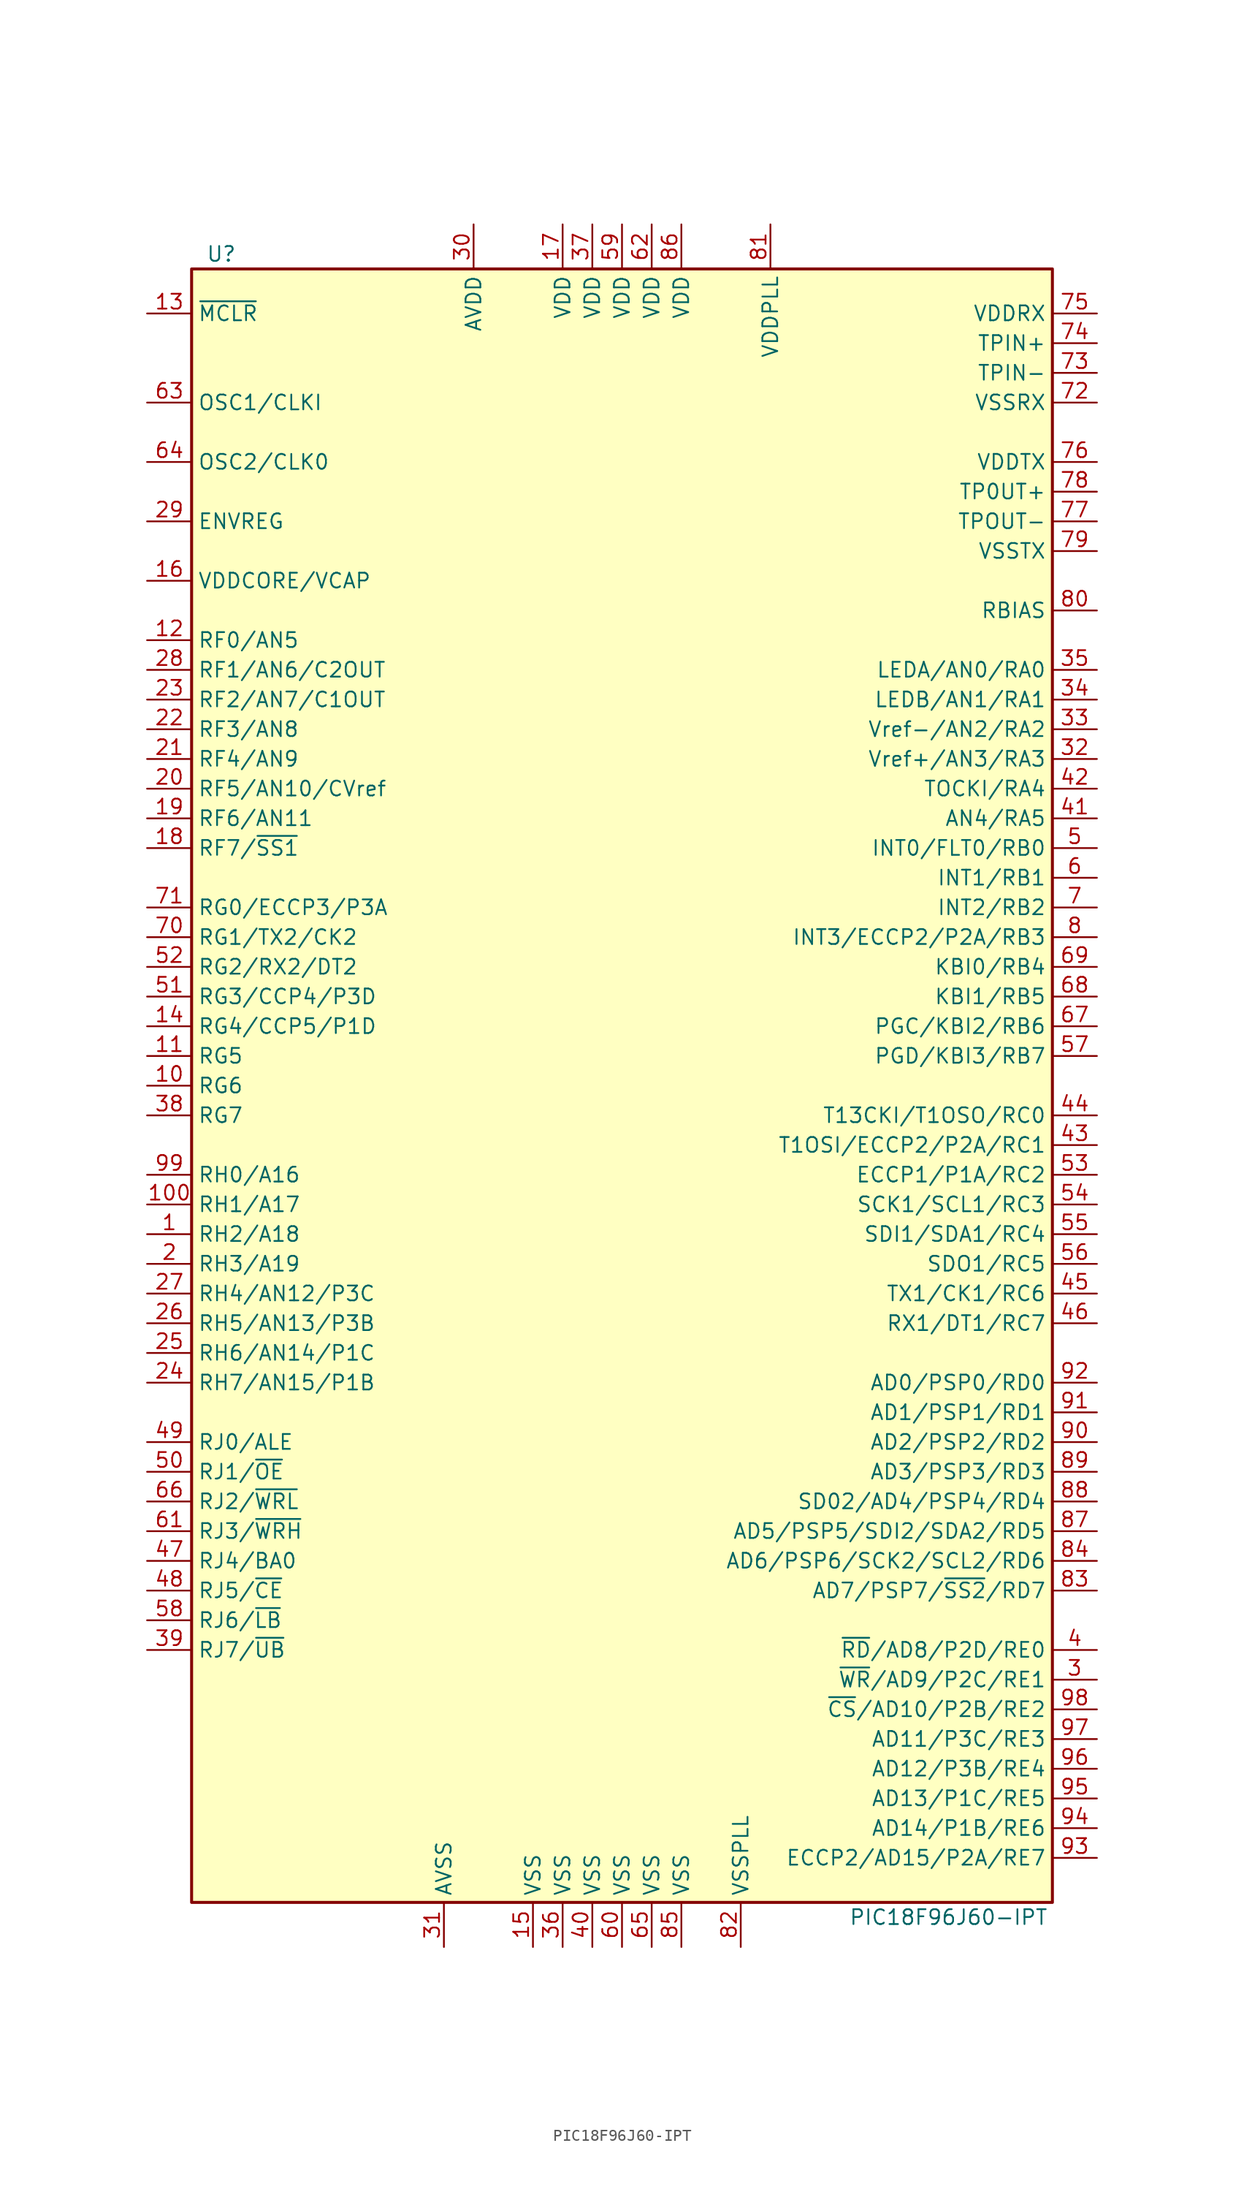
<source format=kicad_sym>
(kicad_symbol_lib
  (version 20241209)
  (generator "kicad_symbol_editor")
  (generator_version "9.0")
  (symbol "PIC18F96J60-IPT"
    (property "Reference" "U"
      (at -34.29 71.12 0)
      (effects (font (size 1.27 1.27))))
    (property "Value" "PIC18F96J60-IPT"
      (at 27.94 -71.12 0)
      (effects (font (size 1.27 1.27))))
    (symbol "PIC18F96J60-IPT_0_1"
      (rectangle (start -36.83 69.85) (end 36.83 -69.85) (stroke (width 0.254) (type default)) (fill (type background))))
    (symbol "PIC18F96J60-IPT_1_1"
      (pin input line (at -40.64 66.04 0) (length 3.81) (name "~{MCLR}" (effects (font (size 1.27 1.27)))) (number "13" (effects (font (size 1.27 1.27)))))
      (pin input line (at -40.64 58.42 0) (length 3.81) (name "OSC1/CLKI" (effects (font (size 1.27 1.27)))) (number "63" (effects (font (size 1.27 1.27)))))
      (pin output line (at -40.64 53.34 0) (length 3.81) (name "OSC2/CLK0" (effects (font (size 1.27 1.27)))) (number "64" (effects (font (size 1.27 1.27)))))
      (pin passive line (at -40.64 48.26 0) (length 3.81) (name "ENVREG" (effects (font (size 1.27 1.27)))) (number "29" (effects (font (size 1.27 1.27)))))
      (pin passive line (at -40.64 43.18 0) (length 3.81) (name "VDDCORE/VCAP" (effects (font (size 1.27 1.27)))) (number "16" (effects (font (size 1.27 1.27)))))
      (pin bidirectional line (at -40.64 38.1 0) (length 3.81) (name "RF0/AN5" (effects (font (size 1.27 1.27)))) (number "12" (effects (font (size 1.27 1.27)))))
      (pin bidirectional line (at -40.64 35.56 0) (length 3.81) (name "RF1/AN6/C2OUT" (effects (font (size 1.27 1.27)))) (number "28" (effects (font (size 1.27 1.27)))))
      (pin bidirectional line (at -40.64 33.02 0) (length 3.81) (name "RF2/AN7/C1OUT" (effects (font (size 1.27 1.27)))) (number "23" (effects (font (size 1.27 1.27)))))
      (pin bidirectional line (at -40.64 30.48 0) (length 3.81) (name "RF3/AN8" (effects (font (size 1.27 1.27)))) (number "22" (effects (font (size 1.27 1.27)))))
      (pin bidirectional line (at -40.64 27.94 0) (length 3.81) (name "RF4/AN9" (effects (font (size 1.27 1.27)))) (number "21" (effects (font (size 1.27 1.27)))))
      (pin bidirectional line (at -40.64 25.4 0) (length 3.81) (name "RF5/AN10/CVref" (effects (font (size 1.27 1.27)))) (number "20" (effects (font (size 1.27 1.27)))))
      (pin bidirectional line (at -40.64 22.86 0) (length 3.81) (name "RF6/AN11" (effects (font (size 1.27 1.27)))) (number "19" (effects (font (size 1.27 1.27)))))
      (pin bidirectional line (at -40.64 20.32 0) (length 3.81) (name "RF7/~{SS1}" (effects (font (size 1.27 1.27)))) (number "18" (effects (font (size 1.27 1.27)))))
      (pin bidirectional line (at -40.64 15.24 0) (length 3.81) (name "RG0/ECCP3/P3A" (effects (font (size 1.27 1.27)))) (number "71" (effects (font (size 1.27 1.27)))))
      (pin bidirectional line (at -40.64 12.7 0) (length 3.81) (name "RG1/TX2/CK2" (effects (font (size 1.27 1.27)))) (number "70" (effects (font (size 1.27 1.27)))))
      (pin bidirectional line (at -40.64 10.16 0) (length 3.81) (name "RG2/RX2/DT2" (effects (font (size 1.27 1.27)))) (number "52" (effects (font (size 1.27 1.27)))))
      (pin bidirectional line (at -40.64 7.62 0) (length 3.81) (name "RG3/CCP4/P3D" (effects (font (size 1.27 1.27)))) (number "51" (effects (font (size 1.27 1.27)))))
      (pin bidirectional line (at -40.64 5.08 0) (length 3.81) (name "RG4/CCP5/P1D" (effects (font (size 1.27 1.27)))) (number "14" (effects (font (size 1.27 1.27)))))
      (pin bidirectional line (at -40.64 2.54 0) (length 3.81) (name "RG5" (effects (font (size 1.27 1.27)))) (number "11" (effects (font (size 1.27 1.27)))))
      (pin bidirectional line (at -40.64 0 0) (length 3.81) (name "RG6" (effects (font (size 1.27 1.27)))) (number "10" (effects (font (size 1.27 1.27)))))
      (pin bidirectional line (at -40.64 -2.54 0) (length 3.81) (name "RG7" (effects (font (size 1.27 1.27)))) (number "38" (effects (font (size 1.27 1.27)))))
      (pin bidirectional line (at -40.64 -7.62 0) (length 3.81) (name "RH0/A16" (effects (font (size 1.27 1.27)))) (number "99" (effects (font (size 1.27 1.27)))))
      (pin bidirectional line (at -40.64 -10.16 0) (length 3.81) (name "RH1/A17" (effects (font (size 1.27 1.27)))) (number "100" (effects (font (size 1.27 1.27)))))
      (pin bidirectional line (at -40.64 -12.7 0) (length 3.81) (name "RH2/A18" (effects (font (size 1.27 1.27)))) (number "1" (effects (font (size 1.27 1.27)))))
      (pin bidirectional line (at -40.64 -15.24 0) (length 3.81) (name "RH3/A19" (effects (font (size 1.27 1.27)))) (number "2" (effects (font (size 1.27 1.27)))))
      (pin bidirectional line (at -40.64 -17.78 0) (length 3.81) (name "RH4/AN12/P3C" (effects (font (size 1.27 1.27)))) (number "27" (effects (font (size 1.27 1.27)))))
      (pin bidirectional line (at -40.64 -20.32 0) (length 3.81) (name "RH5/AN13/P3B" (effects (font (size 1.27 1.27)))) (number "26" (effects (font (size 1.27 1.27)))))
      (pin bidirectional line (at -40.64 -22.86 0) (length 3.81) (name "RH6/AN14/P1C" (effects (font (size 1.27 1.27)))) (number "25" (effects (font (size 1.27 1.27)))))
      (pin bidirectional line (at -40.64 -25.4 0) (length 3.81) (name "RH7/AN15/P1B" (effects (font (size 1.27 1.27)))) (number "24" (effects (font (size 1.27 1.27)))))
      (pin bidirectional line (at -40.64 -30.48 0) (length 3.81) (name "RJ0/ALE" (effects (font (size 1.27 1.27)))) (number "49" (effects (font (size 1.27 1.27)))))
      (pin bidirectional line (at -40.64 -33.02 0) (length 3.81) (name "RJ1/~{OE}" (effects (font (size 1.27 1.27)))) (number "50" (effects (font (size 1.27 1.27)))))
      (pin bidirectional line (at -40.64 -35.56 0) (length 3.81) (name "RJ2/~{WRL}" (effects (font (size 1.27 1.27)))) (number "66" (effects (font (size 1.27 1.27)))))
      (pin bidirectional line (at -40.64 -38.1 0) (length 3.81) (name "RJ3/~{WRH}" (effects (font (size 1.27 1.27)))) (number "61" (effects (font (size 1.27 1.27)))))
      (pin bidirectional line (at -40.64 -40.64 0) (length 3.81) (name "RJ4/BA0" (effects (font (size 1.27 1.27)))) (number "47" (effects (font (size 1.27 1.27)))))
      (pin bidirectional line (at -40.64 -43.18 0) (length 3.81) (name "RJ5/~{CE}" (effects (font (size 1.27 1.27)))) (number "48" (effects (font (size 1.27 1.27)))))
      (pin bidirectional line (at -40.64 -45.72 0) (length 3.81) (name "RJ6/~{LB}" (effects (font (size 1.27 1.27)))) (number "58" (effects (font (size 1.27 1.27)))))
      (pin bidirectional line (at -40.64 -48.26 0) (length 3.81) (name "RJ7/~{UB}" (effects (font (size 1.27 1.27)))) (number "39" (effects (font (size 1.27 1.27)))))
      (pin no_connect line (at -20.32 -69.85 90) (length 3.81) (hide yes) (name "NC" (effects (font (size 1.27 1.27)))) (number "9" (effects (font (size 1.27 1.27)))))
      (pin power_in line (at -15.24 -73.66 90) (length 3.81) (name "AVSS" (effects (font (size 1.27 1.27)))) (number "31" (effects (font (size 1.27 1.27)))))
      (pin power_in line (at -12.7 73.66 270) (length 3.81) (name "AVDD" (effects (font (size 1.27 1.27)))) (number "30" (effects (font (size 1.27 1.27)))))
      (pin power_in line (at -7.62 -73.66 90) (length 3.81) (name "VSS" (effects (font (size 1.27 1.27)))) (number "15" (effects (font (size 1.27 1.27)))))
      (pin power_in line (at -5.08 73.66 270) (length 3.81) (name "VDD" (effects (font (size 1.27 1.27)))) (number "17" (effects (font (size 1.27 1.27)))))
      (pin power_in line (at -5.08 -73.66 90) (length 3.81) (name "VSS" (effects (font (size 1.27 1.27)))) (number "36" (effects (font (size 1.27 1.27)))))
      (pin power_in line (at -2.54 73.66 270) (length 3.81) (name "VDD" (effects (font (size 1.27 1.27)))) (number "37" (effects (font (size 1.27 1.27)))))
      (pin power_in line (at -2.54 -73.66 90) (length 3.81) (name "VSS" (effects (font (size 1.27 1.27)))) (number "40" (effects (font (size 1.27 1.27)))))
      (pin power_in line (at 0 73.66 270) (length 3.81) (name "VDD" (effects (font (size 1.27 1.27)))) (number "59" (effects (font (size 1.27 1.27)))))
      (pin power_in line (at 0 -73.66 90) (length 3.81) (name "VSS" (effects (font (size 1.27 1.27)))) (number "60" (effects (font (size 1.27 1.27)))))
      (pin power_in line (at 2.54 73.66 270) (length 3.81) (name "VDD" (effects (font (size 1.27 1.27)))) (number "62" (effects (font (size 1.27 1.27)))))
      (pin power_in line (at 2.54 -73.66 90) (length 3.81) (name "VSS" (effects (font (size 1.27 1.27)))) (number "65" (effects (font (size 1.27 1.27)))))
      (pin power_in line (at 5.08 73.66 270) (length 3.81) (name "VDD" (effects (font (size 1.27 1.27)))) (number "86" (effects (font (size 1.27 1.27)))))
      (pin power_in line (at 5.08 -73.66 90) (length 3.81) (name "VSS" (effects (font (size 1.27 1.27)))) (number "85" (effects (font (size 1.27 1.27)))))
      (pin power_in line (at 10.16 -73.66 90) (length 3.81) (name "VSSPLL" (effects (font (size 1.27 1.27)))) (number "82" (effects (font (size 1.27 1.27)))))
      (pin power_in line (at 12.7 73.66 270) (length 3.81) (name "VDDPLL" (effects (font (size 1.27 1.27)))) (number "81" (effects (font (size 1.27 1.27)))))
      (pin power_in line (at 40.64 66.04 180) (length 3.81) (name "VDDRX" (effects (font (size 1.27 1.27)))) (number "75" (effects (font (size 1.27 1.27)))))
      (pin passive line (at 40.64 63.5 180) (length 3.81) (name "TPIN+" (effects (font (size 1.27 1.27)))) (number "74" (effects (font (size 1.27 1.27)))))
      (pin passive line (at 40.64 60.96 180) (length 3.81) (name "TPIN-" (effects (font (size 1.27 1.27)))) (number "73" (effects (font (size 1.27 1.27)))))
      (pin power_in line (at 40.64 58.42 180) (length 3.81) (name "VSSRX" (effects (font (size 1.27 1.27)))) (number "72" (effects (font (size 1.27 1.27)))))
      (pin power_in line (at 40.64 53.34 180) (length 3.81) (name "VDDTX" (effects (font (size 1.27 1.27)))) (number "76" (effects (font (size 1.27 1.27)))))
      (pin passive line (at 40.64 50.8 180) (length 3.81) (name "TP0UT+" (effects (font (size 1.27 1.27)))) (number "78" (effects (font (size 1.27 1.27)))))
      (pin passive line (at 40.64 48.26 180) (length 3.81) (name "TPOUT-" (effects (font (size 1.27 1.27)))) (number "77" (effects (font (size 1.27 1.27)))))
      (pin power_in line (at 40.64 45.72 180) (length 3.81) (name "VSSTX" (effects (font (size 1.27 1.27)))) (number "79" (effects (font (size 1.27 1.27)))))
      (pin passive line (at 40.64 40.64 180) (length 3.81) (name "RBIAS" (effects (font (size 1.27 1.27)))) (number "80" (effects (font (size 1.27 1.27)))))
      (pin bidirectional line (at 40.64 35.56 180) (length 3.81) (name "LEDA/AN0/RA0" (effects (font (size 1.27 1.27)))) (number "35" (effects (font (size 1.27 1.27)))))
      (pin bidirectional line (at 40.64 33.02 180) (length 3.81) (name "LEDB/AN1/RA1" (effects (font (size 1.27 1.27)))) (number "34" (effects (font (size 1.27 1.27)))))
      (pin bidirectional line (at 40.64 30.48 180) (length 3.81) (name "Vref-/AN2/RA2" (effects (font (size 1.27 1.27)))) (number "33" (effects (font (size 1.27 1.27)))))
      (pin bidirectional line (at 40.64 27.94 180) (length 3.81) (name "Vref+/AN3/RA3" (effects (font (size 1.27 1.27)))) (number "32" (effects (font (size 1.27 1.27)))))
      (pin bidirectional line (at 40.64 25.4 180) (length 3.81) (name "TOCKI/RA4" (effects (font (size 1.27 1.27)))) (number "42" (effects (font (size 1.27 1.27)))))
      (pin bidirectional line (at 40.64 22.86 180) (length 3.81) (name "AN4/RA5" (effects (font (size 1.27 1.27)))) (number "41" (effects (font (size 1.27 1.27)))))
      (pin bidirectional line (at 40.64 20.32 180) (length 3.81) (name "INT0/FLT0/RB0" (effects (font (size 1.27 1.27)))) (number "5" (effects (font (size 1.27 1.27)))))
      (pin bidirectional line (at 40.64 17.78 180) (length 3.81) (name "INT1/RB1" (effects (font (size 1.27 1.27)))) (number "6" (effects (font (size 1.27 1.27)))))
      (pin bidirectional line (at 40.64 15.24 180) (length 3.81) (name "INT2/RB2" (effects (font (size 1.27 1.27)))) (number "7" (effects (font (size 1.27 1.27)))))
      (pin bidirectional line (at 40.64 12.7 180) (length 3.81) (name "INT3/ECCP2/P2A/RB3" (effects (font (size 1.27 1.27)))) (number "8" (effects (font (size 1.27 1.27)))))
      (pin bidirectional line (at 40.64 10.16 180) (length 3.81) (name "KBI0/RB4" (effects (font (size 1.27 1.27)))) (number "69" (effects (font (size 1.27 1.27)))))
      (pin bidirectional line (at 40.64 7.62 180) (length 3.81) (name "KBI1/RB5" (effects (font (size 1.27 1.27)))) (number "68" (effects (font (size 1.27 1.27)))))
      (pin bidirectional line (at 40.64 5.08 180) (length 3.81) (name "PGC/KBI2/RB6" (effects (font (size 1.27 1.27)))) (number "67" (effects (font (size 1.27 1.27)))))
      (pin bidirectional line (at 40.64 2.54 180) (length 3.81) (name "PGD/KBI3/RB7" (effects (font (size 1.27 1.27)))) (number "57" (effects (font (size 1.27 1.27)))))
      (pin bidirectional line (at 40.64 -2.54 180) (length 3.81) (name "T13CKI/T1OSO/RC0" (effects (font (size 1.27 1.27)))) (number "44" (effects (font (size 1.27 1.27)))))
      (pin bidirectional line (at 40.64 -5.08 180) (length 3.81) (name "T1OSI/ECCP2/P2A/RC1" (effects (font (size 1.27 1.27)))) (number "43" (effects (font (size 1.27 1.27)))))
      (pin bidirectional line (at 40.64 -7.62 180) (length 3.81) (name "ECCP1/P1A/RC2" (effects (font (size 1.27 1.27)))) (number "53" (effects (font (size 1.27 1.27)))))
      (pin bidirectional line (at 40.64 -10.16 180) (length 3.81) (name "SCK1/SCL1/RC3" (effects (font (size 1.27 1.27)))) (number "54" (effects (font (size 1.27 1.27)))))
      (pin bidirectional line (at 40.64 -12.7 180) (length 3.81) (name "SDI1/SDA1/RC4" (effects (font (size 1.27 1.27)))) (number "55" (effects (font (size 1.27 1.27)))))
      (pin bidirectional line (at 40.64 -15.24 180) (length 3.81) (name "SDO1/RC5" (effects (font (size 1.27 1.27)))) (number "56" (effects (font (size 1.27 1.27)))))
      (pin bidirectional line (at 40.64 -17.78 180) (length 3.81) (name "TX1/CK1/RC6" (effects (font (size 1.27 1.27)))) (number "45" (effects (font (size 1.27 1.27)))))
      (pin bidirectional line (at 40.64 -20.32 180) (length 3.81) (name "RX1/DT1/RC7" (effects (font (size 1.27 1.27)))) (number "46" (effects (font (size 1.27 1.27)))))
      (pin bidirectional line (at 40.64 -25.4 180) (length 3.81) (name "AD0/PSP0/RD0" (effects (font (size 1.27 1.27)))) (number "92" (effects (font (size 1.27 1.27)))))
      (pin bidirectional line (at 40.64 -27.94 180) (length 3.81) (name "AD1/PSP1/RD1" (effects (font (size 1.27 1.27)))) (number "91" (effects (font (size 1.27 1.27)))))
      (pin bidirectional line (at 40.64 -30.48 180) (length 3.81) (name "AD2/PSP2/RD2" (effects (font (size 1.27 1.27)))) (number "90" (effects (font (size 1.27 1.27)))))
      (pin bidirectional line (at 40.64 -33.02 180) (length 3.81) (name "AD3/PSP3/RD3" (effects (font (size 1.27 1.27)))) (number "89" (effects (font (size 1.27 1.27)))))
      (pin bidirectional line (at 40.64 -35.56 180) (length 3.81) (name "SD02/AD4/PSP4/RD4" (effects (font (size 1.27 1.27)))) (number "88" (effects (font (size 1.27 1.27)))))
      (pin bidirectional line (at 40.64 -38.1 180) (length 3.81) (name "AD5/PSP5/SDI2/SDA2/RD5" (effects (font (size 1.27 1.27)))) (number "87" (effects (font (size 1.27 1.27)))))
      (pin bidirectional line (at 40.64 -40.64 180) (length 3.81) (name "AD6/PSP6/SCK2/SCL2/RD6" (effects (font (size 1.27 1.27)))) (number "84" (effects (font (size 1.27 1.27)))))
      (pin bidirectional line (at 40.64 -43.18 180) (length 3.81) (name "AD7/PSP7/~{SS2}/RD7" (effects (font (size 1.27 1.27)))) (number "83" (effects (font (size 1.27 1.27)))))
      (pin bidirectional line (at 40.64 -48.26 180) (length 3.81) (name "~{RD}/AD8/P2D/RE0" (effects (font (size 1.27 1.27)))) (number "4" (effects (font (size 1.27 1.27)))))
      (pin bidirectional line (at 40.64 -50.8 180) (length 3.81) (name "~{WR}/AD9/P2C/RE1" (effects (font (size 1.27 1.27)))) (number "3" (effects (font (size 1.27 1.27)))))
      (pin bidirectional line (at 40.64 -53.34 180) (length 3.81) (name "~{CS}/AD10/P2B/RE2" (effects (font (size 1.27 1.27)))) (number "98" (effects (font (size 1.27 1.27)))))
      (pin bidirectional line (at 40.64 -55.88 180) (length 3.81) (name "AD11/P3C/RE3" (effects (font (size 1.27 1.27)))) (number "97" (effects (font (size 1.27 1.27)))))
      (pin bidirectional line (at 40.64 -58.42 180) (length 3.81) (name "AD12/P3B/RE4" (effects (font (size 1.27 1.27)))) (number "96" (effects (font (size 1.27 1.27)))))
      (pin bidirectional line (at 40.64 -60.96 180) (length 3.81) (name "AD13/P1C/RE5" (effects (font (size 1.27 1.27)))) (number "95" (effects (font (size 1.27 1.27)))))
      (pin bidirectional line (at 40.64 -63.5 180) (length 3.81) (name "AD14/P1B/RE6" (effects (font (size 1.27 1.27)))) (number "94" (effects (font (size 1.27 1.27)))))
      (pin bidirectional line (at 40.64 -66.04 180) (length 3.81) (name "ECCP2/AD15/P2A/RE7" (effects (font (size 1.27 1.27)))) (number "93" (effects (font (size 1.27 1.27))))))))
</source>
